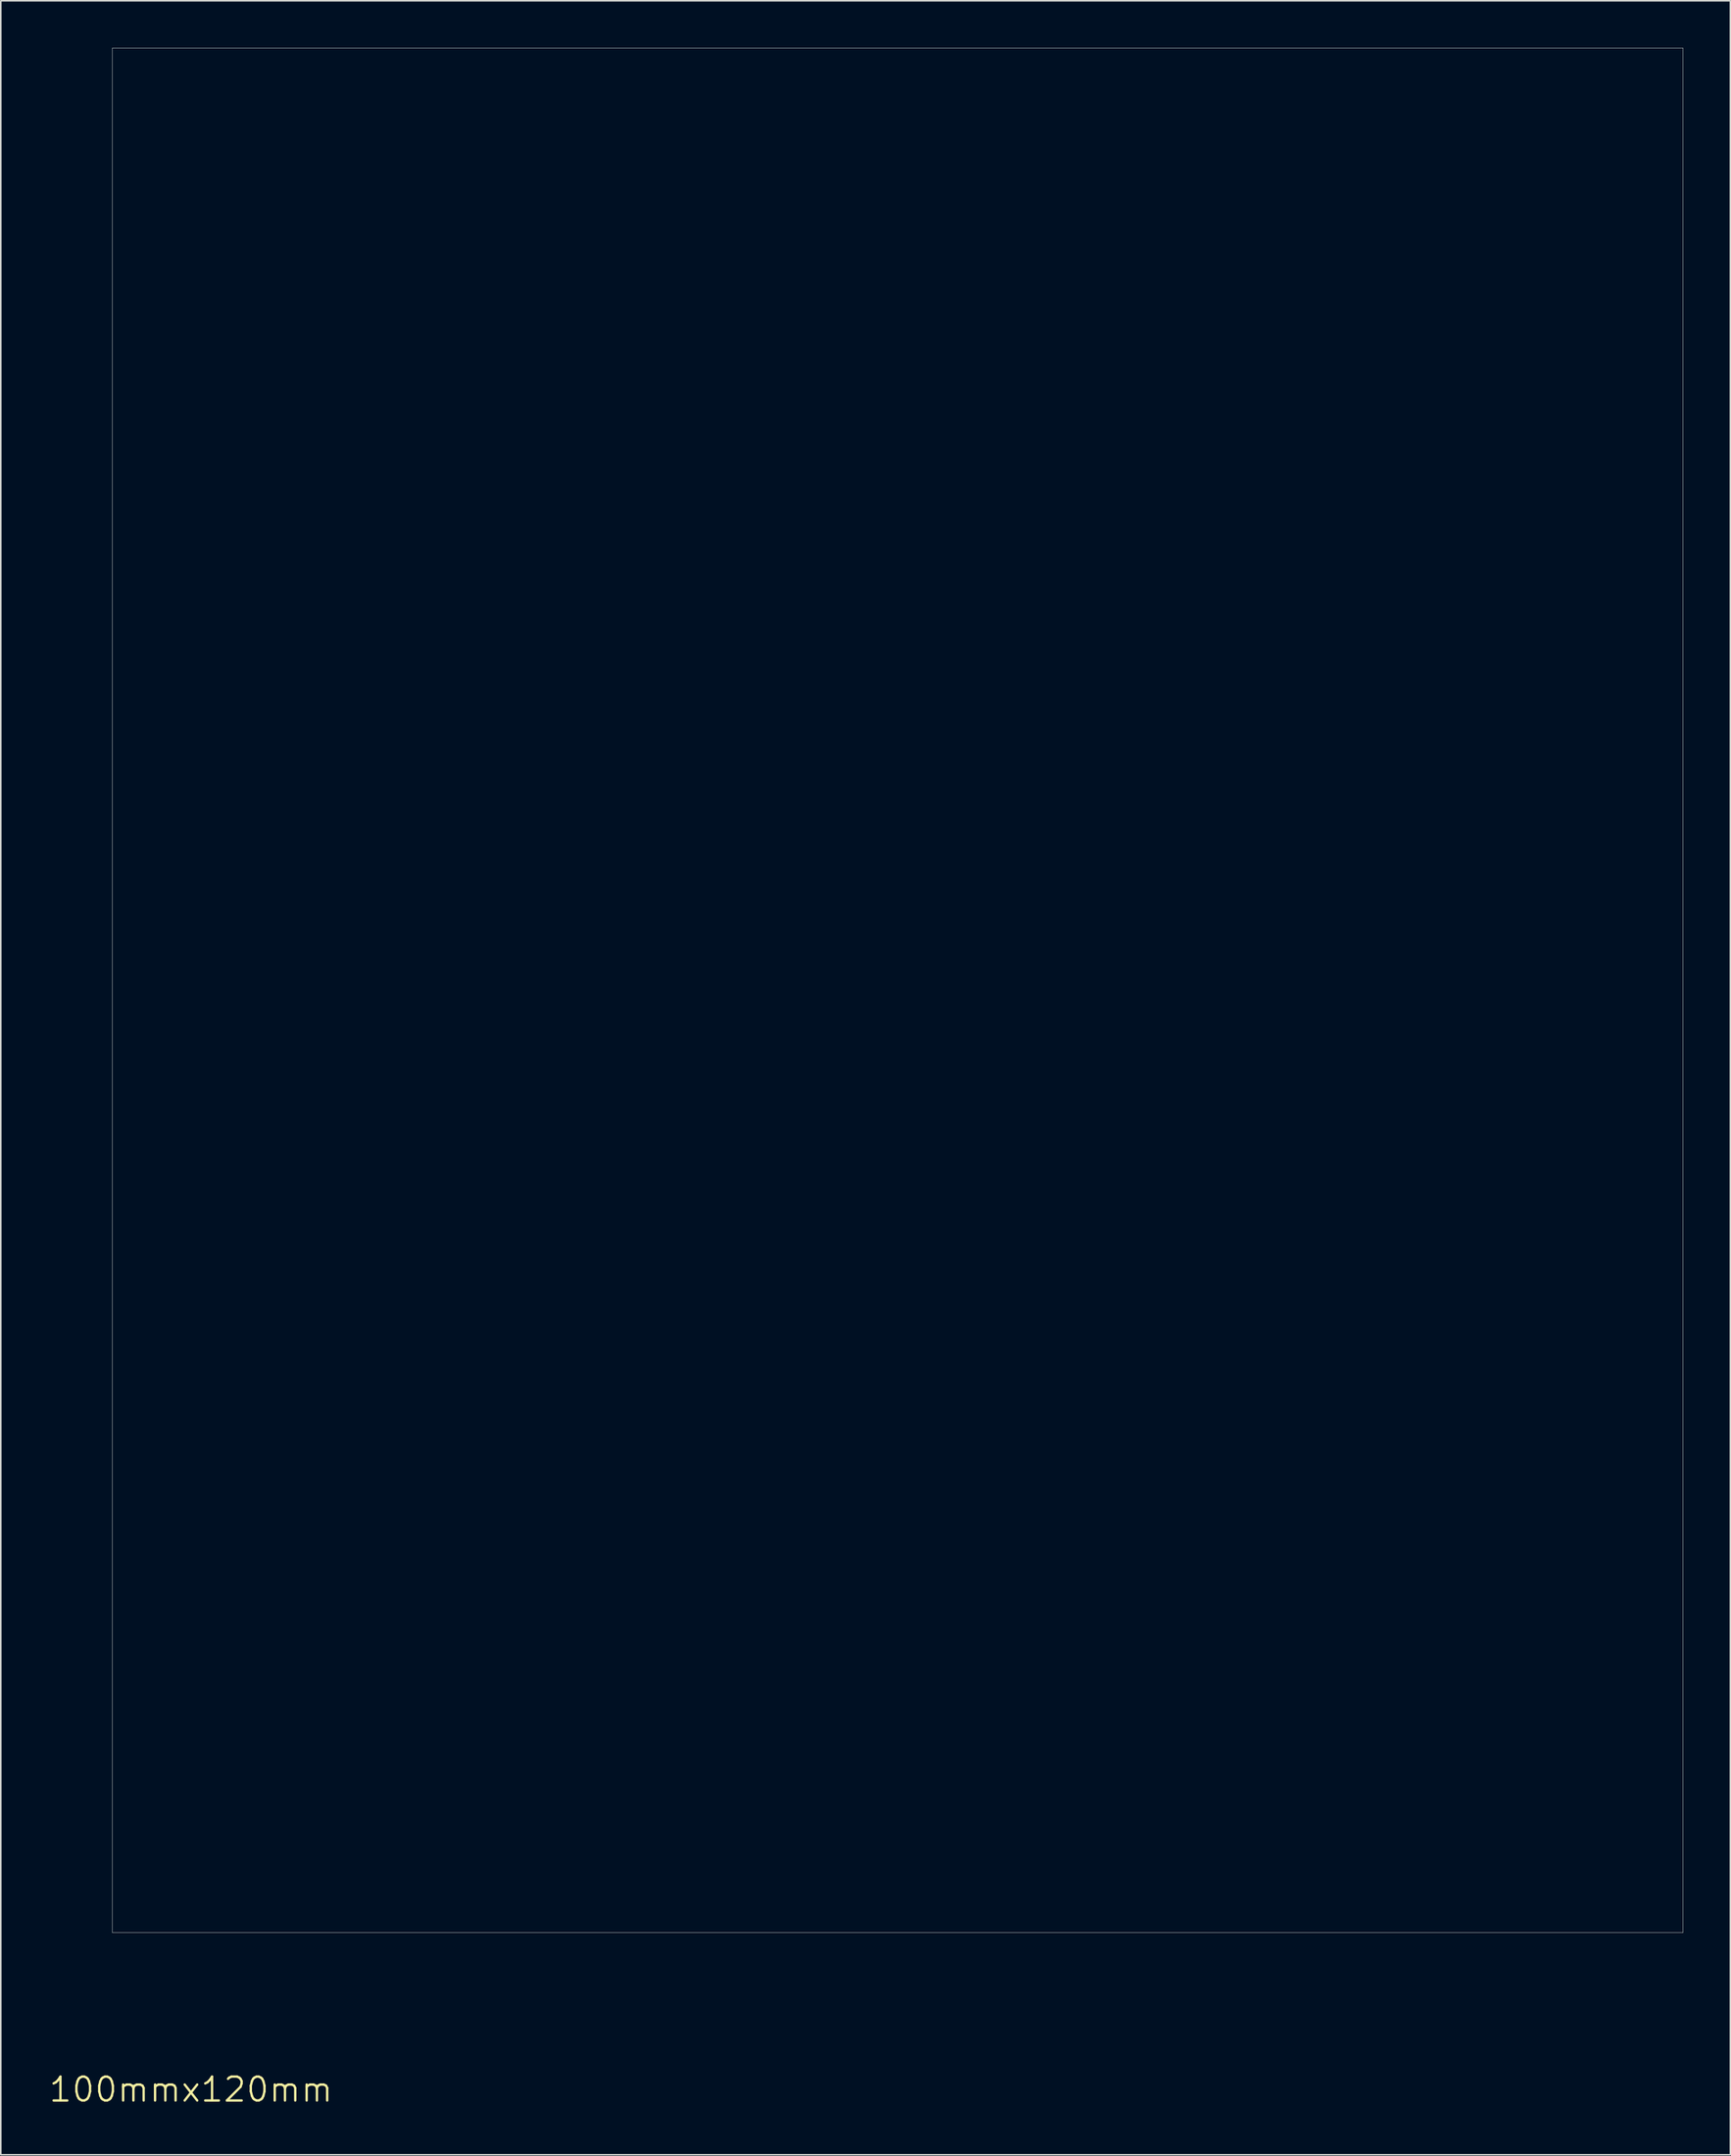
<source format=kicad_pcb>
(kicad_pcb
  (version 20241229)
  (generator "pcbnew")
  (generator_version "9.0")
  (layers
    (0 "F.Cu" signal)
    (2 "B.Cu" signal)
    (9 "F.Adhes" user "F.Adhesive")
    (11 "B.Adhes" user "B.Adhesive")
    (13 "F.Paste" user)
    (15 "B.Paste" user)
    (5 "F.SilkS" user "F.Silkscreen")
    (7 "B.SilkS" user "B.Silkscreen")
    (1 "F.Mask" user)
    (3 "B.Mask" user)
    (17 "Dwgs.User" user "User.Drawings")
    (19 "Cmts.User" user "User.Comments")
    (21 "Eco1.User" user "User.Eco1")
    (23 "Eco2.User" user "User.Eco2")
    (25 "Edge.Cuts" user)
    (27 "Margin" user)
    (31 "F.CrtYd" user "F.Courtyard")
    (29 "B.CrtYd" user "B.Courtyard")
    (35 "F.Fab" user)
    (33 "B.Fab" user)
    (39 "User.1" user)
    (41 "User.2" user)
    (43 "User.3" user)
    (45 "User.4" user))
  (footprint "100mmx120mm"
    (layer "F.Cu")
    (at 4.108 120.013)
    (property "Reference" "100mmx120mm" (at 5 10 0) (layer "F.SilkS") (effects (font (size 1.524 1.524) (thickness 0.15))))
    (attr through_hole)
    (fp_line (start 0 -120) (end 100 -120) (stroke (width 0.025) (type solid)) (layer "Edge.Cuts"))
    (fp_line (start 0 0) (end 0 -120) (stroke (width 0.025) (type solid)) (layer "Edge.Cuts"))
    (fp_line (start 100 -120) (end 100 0) (stroke (width 0.025) (type solid)) (layer "Edge.Cuts"))
    (fp_line (start 100 0) (end 0 0) (stroke (width 0.025) (type solid)) (layer "Edge.Cuts")))
  (gr_rect
    (start -3 -3)
    (end 107.12 134.167)
    (stroke (width 0.1) (type default))
    (fill no)
    (layer "Edge.Cuts")))
</source>
